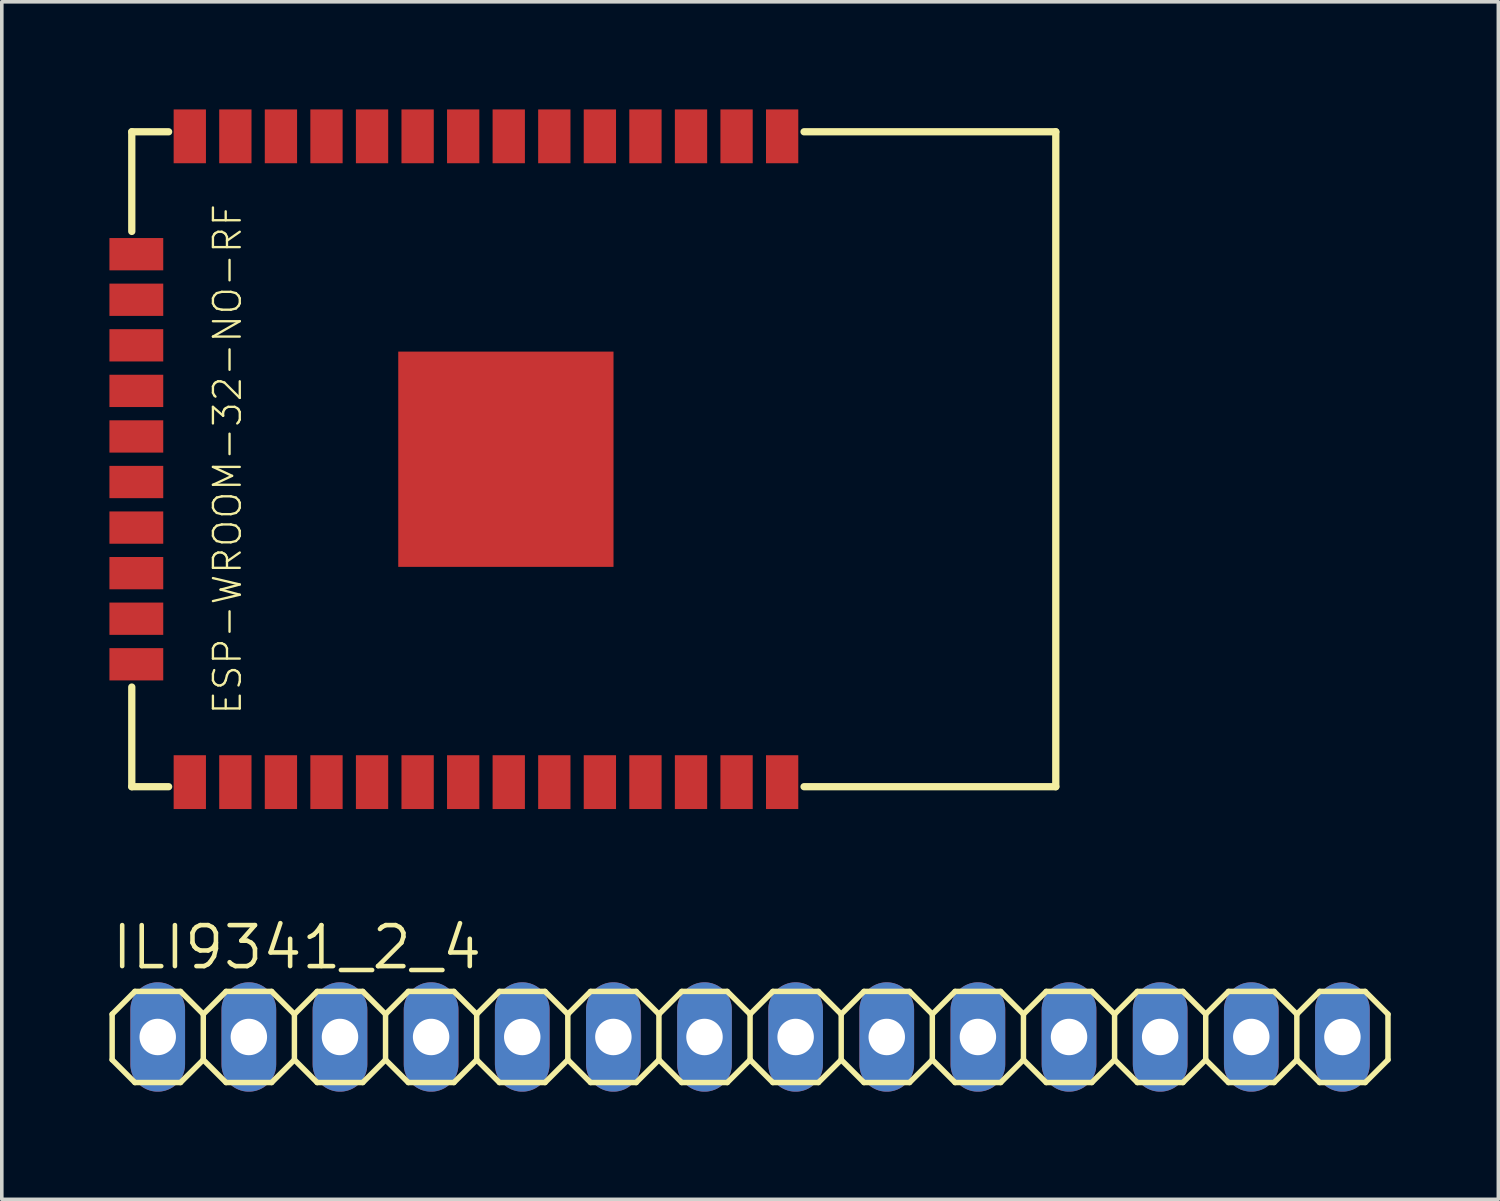
<source format=kicad_pcb>
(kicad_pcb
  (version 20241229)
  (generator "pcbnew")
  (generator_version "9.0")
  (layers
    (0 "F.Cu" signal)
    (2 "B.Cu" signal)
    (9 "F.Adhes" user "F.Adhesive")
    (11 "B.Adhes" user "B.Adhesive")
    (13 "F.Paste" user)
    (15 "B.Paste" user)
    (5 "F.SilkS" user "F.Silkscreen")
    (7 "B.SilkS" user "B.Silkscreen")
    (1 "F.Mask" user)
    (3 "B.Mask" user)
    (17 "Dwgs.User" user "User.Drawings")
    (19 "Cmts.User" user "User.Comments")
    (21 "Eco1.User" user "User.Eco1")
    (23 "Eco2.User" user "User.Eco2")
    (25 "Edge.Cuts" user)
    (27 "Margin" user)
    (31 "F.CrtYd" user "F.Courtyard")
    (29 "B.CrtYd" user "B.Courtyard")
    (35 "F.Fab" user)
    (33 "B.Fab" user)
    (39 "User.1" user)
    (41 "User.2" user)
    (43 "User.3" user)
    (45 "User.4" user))
  (footprint "ESP-WROOM-32-NO-RF"
    (layer "F.Cu")
    (at 11.05 9.75)
    (property "Reference" "ESP-WROOM-32-NO-RF" (at -7.76 0 90) (layer "F.SilkS") (effects (font (size 0.748 0.748) (thickness 0.065))))
    (fp_line (start -10.427 -9.127) (end -9.4 -9.127) (stroke (width 0.203) (type solid)) (layer "F.SilkS"))
    (fp_line (start -10.427 -6.35) (end -10.427 -9.127) (stroke (width 0.203) (type solid)) (layer "F.SilkS"))
    (fp_line (start -10.427 6.35) (end -10.427 9.127) (stroke (width 0.203) (type solid)) (layer "F.SilkS"))
    (fp_line (start -10.427 9.127) (end -9.4 9.127) (stroke (width 0.203) (type solid)) (layer "F.SilkS"))
    (fp_line (start 8.311 -9.127) (end 15.327 -9.127) (stroke (width 0.203) (type solid)) (layer "F.SilkS"))
    (fp_line (start 8.311 9.127) (end 15.327 9.127) (stroke (width 0.203) (type solid)) (layer "F.SilkS"))
    (fp_line (start 15.327 -9.127) (end 15.327 9.127) (stroke (width 0.203) (type solid)) (layer "F.SilkS"))
    (pad "1" smd rect (at 7.7 -9) (size 0.9 1.5) (layers "F.Cu" "F.Mask" "F.Paste"))
    (pad "2" smd rect (at 6.43 -9) (size 0.9 1.5) (layers "F.Cu" "F.Mask" "F.Paste"))
    (pad "3" smd rect (at 5.16 -9) (size 0.9 1.5) (layers "F.Cu" "F.Mask" "F.Paste"))
    (pad "4" smd rect (at 3.89 -9) (size 0.9 1.5) (layers "F.Cu" "F.Mask" "F.Paste"))
    (pad "5" smd rect (at 2.62 -9) (size 0.9 1.5) (layers "F.Cu" "F.Mask" "F.Paste"))
    (pad "6" smd rect (at 1.35 -9) (size 0.9 1.5) (layers "F.Cu" "F.Mask" "F.Paste"))
    (pad "7" smd rect (at 0.08 -9) (size 0.9 1.5) (layers "F.Cu" "F.Mask" "F.Paste"))
    (pad "8" smd rect (at -1.19 -9) (size 0.9 1.5) (layers "F.Cu" "F.Mask" "F.Paste"))
    (pad "9" smd rect (at -2.46 -9) (size 0.9 1.5) (layers "F.Cu" "F.Mask" "F.Paste"))
    (pad "10" smd rect (at -3.73 -9) (size 0.9 1.5) (layers "F.Cu" "F.Mask" "F.Paste"))
    (pad "11" smd rect (at -5 -9) (size 0.9 1.5) (layers "F.Cu" "F.Mask" "F.Paste"))
    (pad "12" smd rect (at -6.27 -9) (size 0.9 1.5) (layers "F.Cu" "F.Mask" "F.Paste"))
    (pad "13" smd rect (at -7.54 -9) (size 0.9 1.5) (layers "F.Cu" "F.Mask" "F.Paste"))
    (pad "14" smd rect (at -8.81 -9) (size 0.9 1.5) (layers "F.Cu" "F.Mask" "F.Paste"))
    (pad "15" smd rect (at -10.3 -5.715 90) (size 0.9 1.5) (layers "F.Cu" "F.Mask" "F.Paste"))
    (pad "16" smd rect (at -10.3 -4.445 90) (size 0.9 1.5) (layers "F.Cu" "F.Mask" "F.Paste"))
    (pad "17" smd rect (at -10.3 -3.175 90) (size 0.9 1.5) (layers "F.Cu" "F.Mask" "F.Paste"))
    (pad "18" smd rect (at -10.3 -1.905 90) (size 0.9 1.5) (layers "F.Cu" "F.Mask" "F.Paste"))
    (pad "19" smd rect (at -10.3 -0.635 90) (size 0.9 1.5) (layers "F.Cu" "F.Mask" "F.Paste"))
    (pad "20" smd rect (at -10.3 0.635 90) (size 0.9 1.5) (layers "F.Cu" "F.Mask" "F.Paste"))
    (pad "21" smd rect (at -10.3 1.905 90) (size 0.9 1.5) (layers "F.Cu" "F.Mask" "F.Paste"))
    (pad "22" smd rect (at -10.3 3.175 90) (size 0.9 1.5) (layers "F.Cu" "F.Mask" "F.Paste"))
    (pad "23" smd rect (at -10.3 4.445 90) (size 0.9 1.5) (layers "F.Cu" "F.Mask" "F.Paste"))
    (pad "24" smd rect (at -10.3 5.715 90) (size 0.9 1.5) (layers "F.Cu" "F.Mask" "F.Paste"))
    (pad "25" smd rect (at -8.81 9) (size 0.9 1.5) (layers "F.Cu" "F.Mask" "F.Paste"))
    (pad "26" smd rect (at -7.54 9) (size 0.9 1.5) (layers "F.Cu" "F.Mask" "F.Paste"))
    (pad "27" smd rect (at -6.27 9) (size 0.9 1.5) (layers "F.Cu" "F.Mask" "F.Paste"))
    (pad "28" smd rect (at -5 9) (size 0.9 1.5) (layers "F.Cu" "F.Mask" "F.Paste"))
    (pad "29" smd rect (at -3.73 9) (size 0.9 1.5) (layers "F.Cu" "F.Mask" "F.Paste"))
    (pad "30" smd rect (at -2.46 9) (size 0.9 1.5) (layers "F.Cu" "F.Mask" "F.Paste"))
    (pad "31" smd rect (at -1.19 9) (size 0.9 1.5) (layers "F.Cu" "F.Mask" "F.Paste"))
    (pad "32" smd rect (at 0.08 9) (size 0.9 1.5) (layers "F.Cu" "F.Mask" "F.Paste"))
    (pad "33" smd rect (at 1.35 9) (size 0.9 1.5) (layers "F.Cu" "F.Mask" "F.Paste"))
    (pad "34" smd rect (at 2.62 9) (size 0.9 1.5) (layers "F.Cu" "F.Mask" "F.Paste"))
    (pad "35" smd rect (at 3.89 9) (size 0.9 1.5) (layers "F.Cu" "F.Mask" "F.Paste"))
    (pad "36" smd rect (at 5.16 9) (size 0.9 1.5) (layers "F.Cu" "F.Mask" "F.Paste"))
    (pad "37" smd rect (at 6.43 9) (size 0.9 1.5) (layers "F.Cu" "F.Mask" "F.Paste"))
    (pad "38" smd rect (at 7.7 9) (size 0.9 1.5) (layers "F.Cu" "F.Mask" "F.Paste"))
    (pad "GND" smd rect (at 0 0) (size 6 6) (layers "F.Cu" "F.Mask" "F.Paste")))
  (footprint "ILI9341_2_4"
    (layer "F.Cu")
    (at 17.856 25.853)
    (property "Reference" "ILI9341_2_4" (at -17.856 -1.829 0) (layer "F.SilkS") (effects (font (size 1.143 1.143) (thickness 0.127)) (justify left bottom)))
    (fp_line (start -17.78 -0.635) (end -17.78 0.635) (stroke (width 0.152) (type solid)) (layer "F.SilkS"))
    (fp_line (start -17.78 0.635) (end -17.145 1.27) (stroke (width 0.152) (type solid)) (layer "F.SilkS"))
    (fp_line (start -17.145 -1.27) (end -17.78 -0.635) (stroke (width 0.152) (type solid)) (layer "F.SilkS"))
    (fp_line (start -17.145 -1.27) (end -15.875 -1.27) (stroke (width 0.152) (type solid)) (layer "F.SilkS"))
    (fp_line (start -15.875 -1.27) (end -15.24 -0.635) (stroke (width 0.152) (type solid)) (layer "F.SilkS"))
    (fp_line (start -15.875 1.27) (end -17.145 1.27) (stroke (width 0.152) (type solid)) (layer "F.SilkS"))
    (fp_line (start -15.24 -0.635) (end -15.24 0.635) (stroke (width 0.152) (type solid)) (layer "F.SilkS"))
    (fp_line (start -15.24 -0.635) (end -14.605 -1.27) (stroke (width 0.152) (type solid)) (layer "F.SilkS"))
    (fp_line (start -15.24 0.635) (end -15.875 1.27) (stroke (width 0.152) (type solid)) (layer "F.SilkS"))
    (fp_line (start -14.605 -1.27) (end -13.335 -1.27) (stroke (width 0.152) (type solid)) (layer "F.SilkS"))
    (fp_line (start -14.605 1.27) (end -15.24 0.635) (stroke (width 0.152) (type solid)) (layer "F.SilkS"))
    (fp_line (start -13.335 -1.27) (end -12.7 -0.635) (stroke (width 0.152) (type solid)) (layer "F.SilkS"))
    (fp_line (start -13.335 1.27) (end -14.605 1.27) (stroke (width 0.152) (type solid)) (layer "F.SilkS"))
    (fp_line (start -12.7 -0.635) (end -12.7 0.635) (stroke (width 0.152) (type solid)) (layer "F.SilkS"))
    (fp_line (start -12.7 -0.635) (end -12.065 -1.27) (stroke (width 0.152) (type solid)) (layer "F.SilkS"))
    (fp_line (start -12.7 0.635) (end -13.335 1.27) (stroke (width 0.152) (type solid)) (layer "F.SilkS"))
    (fp_line (start -12.065 -1.27) (end -10.795 -1.27) (stroke (width 0.152) (type solid)) (layer "F.SilkS"))
    (fp_line (start -12.065 1.27) (end -12.7 0.635) (stroke (width 0.152) (type solid)) (layer "F.SilkS"))
    (fp_line (start -10.795 -1.27) (end -10.16 -0.635) (stroke (width 0.152) (type solid)) (layer "F.SilkS"))
    (fp_line (start -10.795 1.27) (end -12.065 1.27) (stroke (width 0.152) (type solid)) (layer "F.SilkS"))
    (fp_line (start -10.16 -0.635) (end -10.16 0.635) (stroke (width 0.152) (type solid)) (layer "F.SilkS"))
    (fp_line (start -10.16 0.635) (end -10.795 1.27) (stroke (width 0.152) (type solid)) (layer "F.SilkS"))
    (fp_line (start -10.16 0.635) (end -9.525 1.27) (stroke (width 0.152) (type solid)) (layer "F.SilkS"))
    (fp_line (start -9.525 -1.27) (end -10.16 -0.635) (stroke (width 0.152) (type solid)) (layer "F.SilkS"))
    (fp_line (start -9.525 -1.27) (end -8.255 -1.27) (stroke (width 0.152) (type solid)) (layer "F.SilkS"))
    (fp_line (start -8.255 -1.27) (end -7.62 -0.635) (stroke (width 0.152) (type solid)) (layer "F.SilkS"))
    (fp_line (start -8.255 1.27) (end -9.525 1.27) (stroke (width 0.152) (type solid)) (layer "F.SilkS"))
    (fp_line (start -7.62 -0.635) (end -7.62 0.635) (stroke (width 0.152) (type solid)) (layer "F.SilkS"))
    (fp_line (start -7.62 -0.635) (end -6.985 -1.27) (stroke (width 0.152) (type solid)) (layer "F.SilkS"))
    (fp_line (start -7.62 0.635) (end -8.255 1.27) (stroke (width 0.152) (type solid)) (layer "F.SilkS"))
    (fp_line (start -6.985 -1.27) (end -5.715 -1.27) (stroke (width 0.152) (type solid)) (layer "F.SilkS"))
    (fp_line (start -6.985 1.27) (end -7.62 0.635) (stroke (width 0.152) (type solid)) (layer "F.SilkS"))
    (fp_line (start -5.715 -1.27) (end -5.08 -0.635) (stroke (width 0.152) (type solid)) (layer "F.SilkS"))
    (fp_line (start -5.715 1.27) (end -6.985 1.27) (stroke (width 0.152) (type solid)) (layer "F.SilkS"))
    (fp_line (start -5.08 -0.635) (end -5.08 0.635) (stroke (width 0.152) (type solid)) (layer "F.SilkS"))
    (fp_line (start -5.08 -0.635) (end -4.445 -1.27) (stroke (width 0.152) (type solid)) (layer "F.SilkS"))
    (fp_line (start -5.08 0.635) (end -5.715 1.27) (stroke (width 0.152) (type solid)) (layer "F.SilkS"))
    (fp_line (start -4.445 -1.27) (end -3.175 -1.27) (stroke (width 0.152) (type solid)) (layer "F.SilkS"))
    (fp_line (start -4.445 1.27) (end -5.08 0.635) (stroke (width 0.152) (type solid)) (layer "F.SilkS"))
    (fp_line (start -3.175 -1.27) (end -2.54 -0.635) (stroke (width 0.152) (type solid)) (layer "F.SilkS"))
    (fp_line (start -3.175 1.27) (end -4.445 1.27) (stroke (width 0.152) (type solid)) (layer "F.SilkS"))
    (fp_line (start -2.54 -0.635) (end -2.54 0.635) (stroke (width 0.152) (type solid)) (layer "F.SilkS"))
    (fp_line (start -2.54 0.635) (end -3.175 1.27) (stroke (width 0.152) (type solid)) (layer "F.SilkS"))
    (fp_line (start -2.54 0.635) (end -1.905 1.27) (stroke (width 0.152) (type solid)) (layer "F.SilkS"))
    (fp_line (start -1.905 -1.27) (end -2.54 -0.635) (stroke (width 0.152) (type solid)) (layer "F.SilkS"))
    (fp_line (start -1.905 -1.27) (end -0.635 -1.27) (stroke (width 0.152) (type solid)) (layer "F.SilkS"))
    (fp_line (start -0.635 -1.27) (end 0 -0.635) (stroke (width 0.152) (type solid)) (layer "F.SilkS"))
    (fp_line (start -0.635 1.27) (end -1.905 1.27) (stroke (width 0.152) (type solid)) (layer "F.SilkS"))
    (fp_line (start 0 -0.635) (end 0 0.635) (stroke (width 0.152) (type solid)) (layer "F.SilkS"))
    (fp_line (start 0 -0.635) (end 0.635 -1.27) (stroke (width 0.152) (type solid)) (layer "F.SilkS"))
    (fp_line (start 0 0.635) (end -0.635 1.27) (stroke (width 0.152) (type solid)) (layer "F.SilkS"))
    (fp_line (start 0.635 -1.27) (end 1.905 -1.27) (stroke (width 0.152) (type solid)) (layer "F.SilkS"))
    (fp_line (start 0.635 1.27) (end 0 0.635) (stroke (width 0.152) (type solid)) (layer "F.SilkS"))
    (fp_line (start 1.905 -1.27) (end 2.54 -0.635) (stroke (width 0.152) (type solid)) (layer "F.SilkS"))
    (fp_line (start 1.905 1.27) (end 0.635 1.27) (stroke (width 0.152) (type solid)) (layer "F.SilkS"))
    (fp_line (start 2.54 -0.635) (end 2.54 0.635) (stroke (width 0.152) (type solid)) (layer "F.SilkS"))
    (fp_line (start 2.54 -0.635) (end 3.175 -1.27) (stroke (width 0.152) (type solid)) (layer "F.SilkS"))
    (fp_line (start 2.54 0.635) (end 1.905 1.27) (stroke (width 0.152) (type solid)) (layer "F.SilkS"))
    (fp_line (start 3.175 -1.27) (end 4.445 -1.27) (stroke (width 0.152) (type solid)) (layer "F.SilkS"))
    (fp_line (start 3.175 1.27) (end 2.54 0.635) (stroke (width 0.152) (type solid)) (layer "F.SilkS"))
    (fp_line (start 4.445 -1.27) (end 5.08 -0.635) (stroke (width 0.152) (type solid)) (layer "F.SilkS"))
    (fp_line (start 4.445 1.27) (end 3.175 1.27) (stroke (width 0.152) (type solid)) (layer "F.SilkS"))
    (fp_line (start 5.08 -0.635) (end 5.08 0.635) (stroke (width 0.152) (type solid)) (layer "F.SilkS"))
    (fp_line (start 5.08 0.635) (end 4.445 1.27) (stroke (width 0.152) (type solid)) (layer "F.SilkS"))
    (fp_line (start 5.08 0.635) (end 5.715 1.27) (stroke (width 0.152) (type solid)) (layer "F.SilkS"))
    (fp_line (start 5.715 -1.27) (end 5.08 -0.635) (stroke (width 0.152) (type solid)) (layer "F.SilkS"))
    (fp_line (start 5.715 -1.27) (end 6.985 -1.27) (stroke (width 0.152) (type solid)) (layer "F.SilkS"))
    (fp_line (start 6.985 -1.27) (end 7.62 -0.635) (stroke (width 0.152) (type solid)) (layer "F.SilkS"))
    (fp_line (start 6.985 1.27) (end 5.715 1.27) (stroke (width 0.152) (type solid)) (layer "F.SilkS"))
    (fp_line (start 7.62 -0.635) (end 7.62 0.635) (stroke (width 0.152) (type solid)) (layer "F.SilkS"))
    (fp_line (start 7.62 -0.635) (end 8.255 -1.27) (stroke (width 0.152) (type solid)) (layer "F.SilkS"))
    (fp_line (start 7.62 0.635) (end 6.985 1.27) (stroke (width 0.152) (type solid)) (layer "F.SilkS"))
    (fp_line (start 8.255 -1.27) (end 9.525 -1.27) (stroke (width 0.152) (type solid)) (layer "F.SilkS"))
    (fp_line (start 8.255 1.27) (end 7.62 0.635) (stroke (width 0.152) (type solid)) (layer "F.SilkS"))
    (fp_line (start 9.525 -1.27) (end 10.16 -0.635) (stroke (width 0.152) (type solid)) (layer "F.SilkS"))
    (fp_line (start 9.525 1.27) (end 8.255 1.27) (stroke (width 0.152) (type solid)) (layer "F.SilkS"))
    (fp_line (start 10.16 -0.635) (end 10.16 0.635) (stroke (width 0.152) (type solid)) (layer "F.SilkS"))
    (fp_line (start 10.16 -0.635) (end 10.795 -1.27) (stroke (width 0.152) (type solid)) (layer "F.SilkS"))
    (fp_line (start 10.16 0.635) (end 9.525 1.27) (stroke (width 0.152) (type solid)) (layer "F.SilkS"))
    (fp_line (start 10.795 -1.27) (end 12.065 -1.27) (stroke (width 0.152) (type solid)) (layer "F.SilkS"))
    (fp_line (start 10.795 1.27) (end 10.16 0.635) (stroke (width 0.152) (type solid)) (layer "F.SilkS"))
    (fp_line (start 12.065 -1.27) (end 12.7 -0.635) (stroke (width 0.152) (type solid)) (layer "F.SilkS"))
    (fp_line (start 12.065 1.27) (end 10.795 1.27) (stroke (width 0.152) (type solid)) (layer "F.SilkS"))
    (fp_line (start 12.7 -0.635) (end 12.7 0.635) (stroke (width 0.152) (type solid)) (layer "F.SilkS"))
    (fp_line (start 12.7 0.635) (end 12.065 1.27) (stroke (width 0.152) (type solid)) (layer "F.SilkS"))
    (fp_line (start 12.7 0.635) (end 13.335 1.27) (stroke (width 0.152) (type solid)) (layer "F.SilkS"))
    (fp_line (start 13.335 -1.27) (end 12.7 -0.635) (stroke (width 0.152) (type solid)) (layer "F.SilkS"))
    (fp_line (start 13.335 -1.27) (end 14.605 -1.27) (stroke (width 0.152) (type solid)) (layer "F.SilkS"))
    (fp_line (start 14.605 -1.27) (end 15.24 -0.635) (stroke (width 0.152) (type solid)) (layer "F.SilkS"))
    (fp_line (start 14.605 1.27) (end 13.335 1.27) (stroke (width 0.152) (type solid)) (layer "F.SilkS"))
    (fp_line (start 15.24 -0.635) (end 15.24 0.635) (stroke (width 0.152) (type solid)) (layer "F.SilkS"))
    (fp_line (start 15.24 -0.635) (end 15.875 -1.27) (stroke (width 0.152) (type solid)) (layer "F.SilkS"))
    (fp_line (start 15.24 0.635) (end 14.605 1.27) (stroke (width 0.152) (type solid)) (layer "F.SilkS"))
    (fp_line (start 15.875 -1.27) (end 17.145 -1.27) (stroke (width 0.152) (type solid)) (layer "F.SilkS"))
    (fp_line (start 15.875 1.27) (end 15.24 0.635) (stroke (width 0.152) (type solid)) (layer "F.SilkS"))
    (fp_line (start 17.145 -1.27) (end 17.78 -0.635) (stroke (width 0.152) (type solid)) (layer "F.SilkS"))
    (fp_line (start 17.145 1.27) (end 15.875 1.27) (stroke (width 0.152) (type solid)) (layer "F.SilkS"))
    (fp_line (start 17.78 -0.635) (end 17.78 0.635) (stroke (width 0.152) (type solid)) (layer "F.SilkS"))
    (fp_line (start 17.78 0.635) (end 17.145 1.27) (stroke (width 0.152) (type solid)) (layer "F.SilkS"))
    (fp_poly (pts (xy -16.764 0.254) (xy -16.256 0.254) (xy -16.256 -0.254) (xy -16.764 -0.254)) (stroke (width 0.1) (type solid)) (fill no) (layer "F.Fab"))
    (fp_poly (pts (xy -14.224 0.254) (xy -13.716 0.254) (xy -13.716 -0.254) (xy -14.224 -0.254)) (stroke (width 0.1) (type solid)) (fill no) (layer "F.Fab"))
    (fp_poly (pts (xy -11.684 0.254) (xy -11.176 0.254) (xy -11.176 -0.254) (xy -11.684 -0.254)) (stroke (width 0.1) (type solid)) (fill no) (layer "F.Fab"))
    (fp_poly (pts (xy -9.144 0.254) (xy -8.636 0.254) (xy -8.636 -0.254) (xy -9.144 -0.254)) (stroke (width 0.1) (type solid)) (fill no) (layer "F.Fab"))
    (fp_poly (pts (xy -6.604 0.254) (xy -6.096 0.254) (xy -6.096 -0.254) (xy -6.604 -0.254)) (stroke (width 0.1) (type solid)) (fill no) (layer "F.Fab"))
    (fp_poly (pts (xy -4.064 0.254) (xy -3.556 0.254) (xy -3.556 -0.254) (xy -4.064 -0.254)) (stroke (width 0.1) (type solid)) (fill no) (layer "F.Fab"))
    (fp_poly (pts (xy -1.524 0.254) (xy -1.016 0.254) (xy -1.016 -0.254) (xy -1.524 -0.254)) (stroke (width 0.1) (type solid)) (fill no) (layer "F.Fab"))
    (fp_poly (pts (xy 1.016 0.254) (xy 1.524 0.254) (xy 1.524 -0.254) (xy 1.016 -0.254)) (stroke (width 0.1) (type solid)) (fill no) (layer "F.Fab"))
    (fp_poly (pts (xy 3.556 0.254) (xy 4.064 0.254) (xy 4.064 -0.254) (xy 3.556 -0.254)) (stroke (width 0.1) (type solid)) (fill no) (layer "F.Fab"))
    (fp_poly (pts (xy 6.096 0.254) (xy 6.604 0.254) (xy 6.604 -0.254) (xy 6.096 -0.254)) (stroke (width 0.1) (type solid)) (fill no) (layer "F.Fab"))
    (fp_poly (pts (xy 8.636 0.254) (xy 9.144 0.254) (xy 9.144 -0.254) (xy 8.636 -0.254)) (stroke (width 0.1) (type solid)) (fill no) (layer "F.Fab"))
    (fp_poly (pts (xy 11.176 0.254) (xy 11.684 0.254) (xy 11.684 -0.254) (xy 11.176 -0.254)) (stroke (width 0.1) (type solid)) (fill no) (layer "F.Fab"))
    (fp_poly (pts (xy 13.716 0.254) (xy 14.224 0.254) (xy 14.224 -0.254) (xy 13.716 -0.254)) (stroke (width 0.1) (type solid)) (fill no) (layer "F.Fab"))
    (fp_poly (pts (xy 16.256 0.254) (xy 16.764 0.254) (xy 16.764 -0.254) (xy 16.256 -0.254)) (stroke (width 0.1) (type solid)) (fill no) (layer "F.Fab"))
    (pad "1" thru_hole oval (at -16.51 0 90) (size 3.048 1.524) (drill 1.016) (layers "*.Cu" "*.Mask"))
    (pad "2" thru_hole oval (at -13.97 0 90) (size 3.048 1.524) (drill 1.016) (layers "*.Cu" "*.Mask"))
    (pad "3" thru_hole oval (at -11.43 0 90) (size 3.048 1.524) (drill 1.016) (layers "*.Cu" "*.Mask"))
    (pad "4" thru_hole oval (at -8.89 0 90) (size 3.048 1.524) (drill 1.016) (layers "*.Cu" "*.Mask"))
    (pad "5" thru_hole oval (at -6.35 0 90) (size 3.048 1.524) (drill 1.016) (layers "*.Cu" "*.Mask"))
    (pad "6" thru_hole oval (at -3.81 0 90) (size 3.048 1.524) (drill 1.016) (layers "*.Cu" "*.Mask"))
    (pad "7" thru_hole oval (at -1.27 0 90) (size 3.048 1.524) (drill 1.016) (layers "*.Cu" "*.Mask"))
    (pad "8" thru_hole oval (at 1.27 0 90) (size 3.048 1.524) (drill 1.016) (layers "*.Cu" "*.Mask"))
    (pad "9" thru_hole oval (at 3.81 0 90) (size 3.048 1.524) (drill 1.016) (layers "*.Cu" "*.Mask"))
    (pad "10" thru_hole oval (at 6.35 0 90) (size 3.048 1.524) (drill 1.016) (layers "*.Cu" "*.Mask"))
    (pad "11" thru_hole oval (at 8.89 0 90) (size 3.048 1.524) (drill 1.016) (layers "*.Cu" "*.Mask"))
    (pad "12" thru_hole oval (at 11.43 0 90) (size 3.048 1.524) (drill 1.016) (layers "*.Cu" "*.Mask"))
    (pad "13" thru_hole oval (at 13.97 0 90) (size 3.048 1.524) (drill 1.016) (layers "*.Cu" "*.Mask"))
    (pad "14" thru_hole oval (at 16.51 0 90) (size 3.048 1.524) (drill 1.016) (layers "*.Cu" "*.Mask")))
  (gr_rect
    (start -3 -3)
    (end 38.712 30.377)
    (stroke (width 0.1) (type default))
    (fill no)
    (layer "Edge.Cuts")))
</source>
